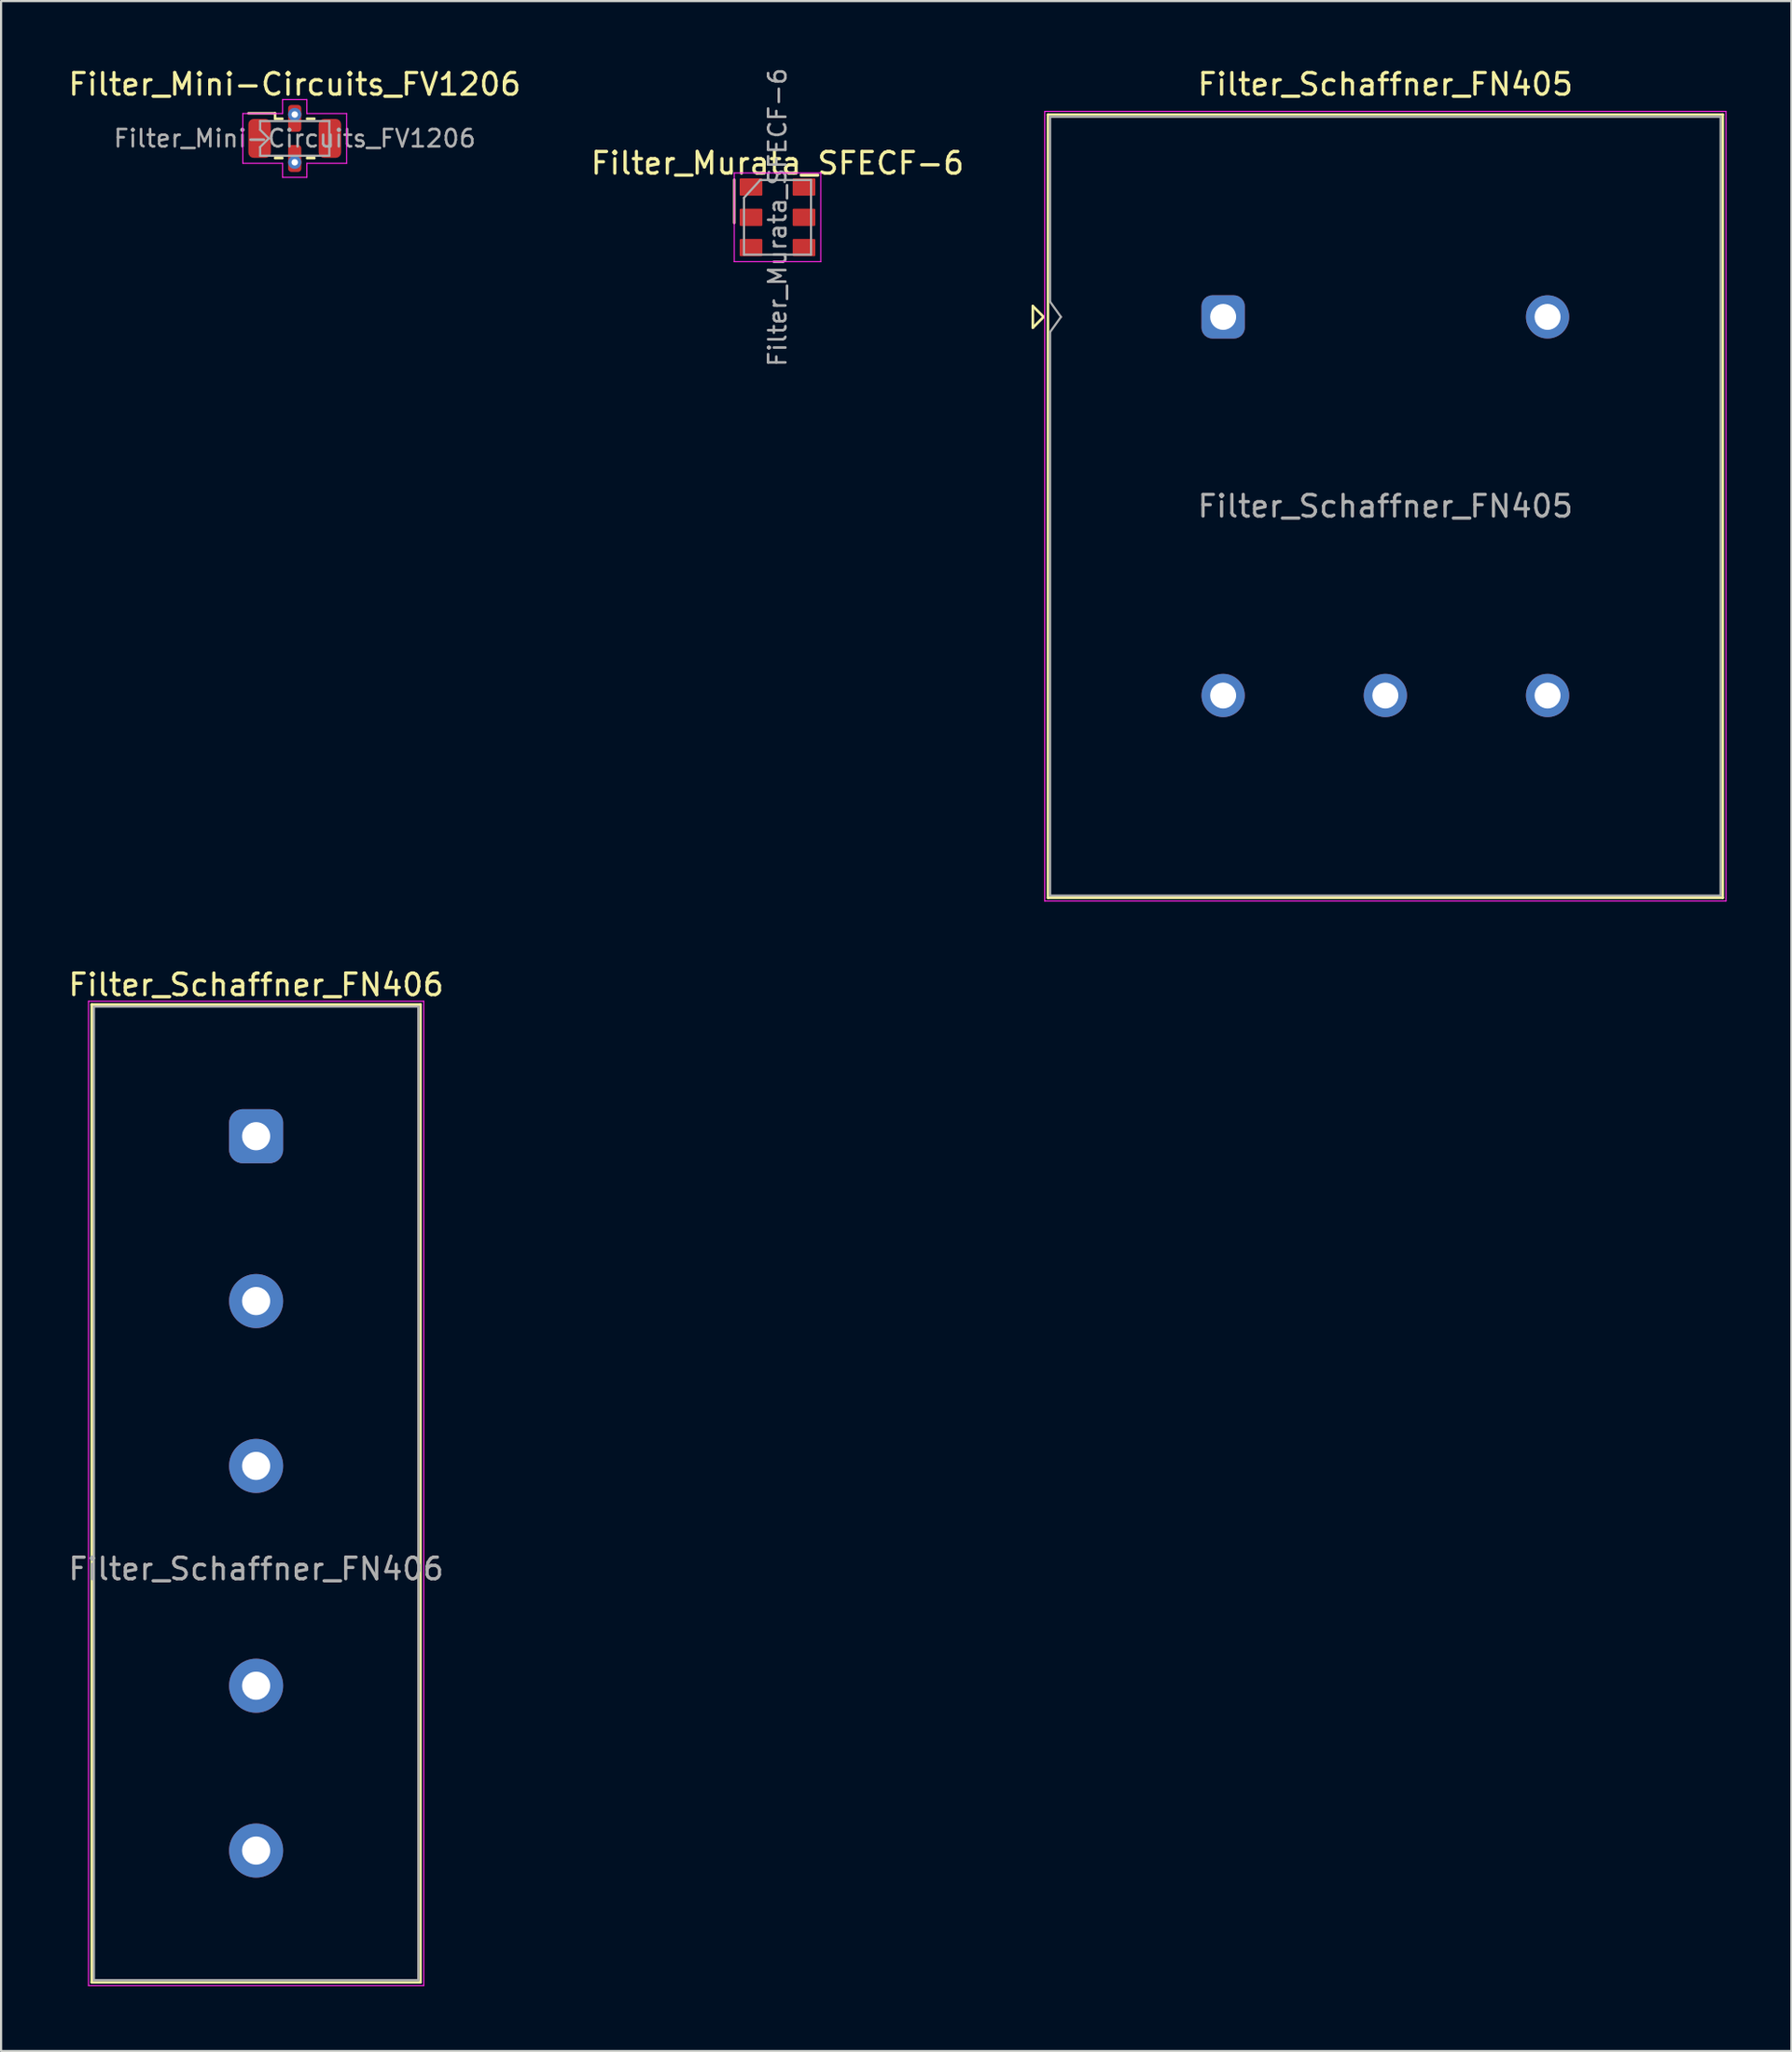
<source format=kicad_pcb>
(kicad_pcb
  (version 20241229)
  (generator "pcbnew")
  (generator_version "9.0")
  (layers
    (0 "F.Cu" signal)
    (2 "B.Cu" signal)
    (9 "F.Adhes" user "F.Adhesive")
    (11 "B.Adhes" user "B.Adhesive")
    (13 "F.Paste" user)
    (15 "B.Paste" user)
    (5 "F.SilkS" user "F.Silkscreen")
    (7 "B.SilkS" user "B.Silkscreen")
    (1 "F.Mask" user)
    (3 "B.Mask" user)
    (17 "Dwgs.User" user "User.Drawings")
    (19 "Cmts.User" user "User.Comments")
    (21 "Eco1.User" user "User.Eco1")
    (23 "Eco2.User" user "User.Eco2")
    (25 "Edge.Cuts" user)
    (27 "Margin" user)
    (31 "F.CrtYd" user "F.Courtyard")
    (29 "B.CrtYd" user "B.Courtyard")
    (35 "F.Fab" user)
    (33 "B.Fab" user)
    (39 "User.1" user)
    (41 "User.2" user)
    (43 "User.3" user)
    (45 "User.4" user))
  (footprint "Filter_Mini-Circuits_FV1206"
    (layer "F.Cu")
    (at 10.577 3.348)
    (property "Reference" "Filter_Mini-Circuits_FV1206" (at 0 -2.5 0) (layer "F.SilkS") (effects (font (size 1 1) (thickness 0.15))))
    (attr smd)
    (fp_line (start -0.91 -1.16) (end -2.14 -1.16) (stroke (width 0.12) (type solid)) (layer "F.SilkS"))
    (fp_line (start -0.91 -0.91) (end -0.91 -1.16) (stroke (width 0.12) (type solid)) (layer "F.SilkS"))
    (fp_line (start -0.91 -0.91) (end -0.57 -0.91) (stroke (width 0.12) (type solid)) (layer "F.SilkS"))
    (fp_line (start -0.91 0.91) (end -0.57 0.91) (stroke (width 0.12) (type solid)) (layer "F.SilkS"))
    (fp_line (start 0.57 -0.91) (end 0.91 -0.91) (stroke (width 0.12) (type solid)) (layer "F.SilkS"))
    (fp_line (start 0.57 0.91) (end 0.91 0.91) (stroke (width 0.12) (type solid)) (layer "F.SilkS"))
    (fp_line (start -2.4 -1.15) (end -2.4 1.15) (stroke (width 0.05) (type solid)) (layer "F.CrtYd"))
    (fp_line (start -2.4 1.15) (end -0.56 1.15) (stroke (width 0.05) (type solid)) (layer "F.CrtYd"))
    (fp_line (start -0.56 -1.15) (end -2.4 -1.15) (stroke (width 0.05) (type solid)) (layer "F.CrtYd"))
    (fp_line (start -0.56 -1.15) (end -0.56 -1.8) (stroke (width 0.05) (type solid)) (layer "F.CrtYd"))
    (fp_line (start -0.56 1.8) (end -0.56 1.15) (stroke (width 0.05) (type solid)) (layer "F.CrtYd"))
    (fp_line (start 0.56 -1.8) (end -0.56 -1.8) (stroke (width 0.05) (type solid)) (layer "F.CrtYd"))
    (fp_line (start 0.56 -1.15) (end 0.56 -1.8) (stroke (width 0.05) (type solid)) (layer "F.CrtYd"))
    (fp_line (start 0.56 -1.15) (end 2.4 -1.15) (stroke (width 0.05) (type solid)) (layer "F.CrtYd"))
    (fp_line (start 0.56 1.8) (end -0.56 1.8) (stroke (width 0.05) (type solid)) (layer "F.CrtYd"))
    (fp_line (start 0.56 1.8) (end 0.56 1.15) (stroke (width 0.05) (type solid)) (layer "F.CrtYd"))
    (fp_line (start 2.4 -1.15) (end 2.4 1.15) (stroke (width 0.05) (type solid)) (layer "F.CrtYd"))
    (fp_line (start 2.4 1.15) (end 0.56 1.15) (stroke (width 0.05) (type solid)) (layer "F.CrtYd"))
    (fp_line (start -1.6 -0.8) (end -1.6 -0.4) (stroke (width 0.1) (type solid)) (layer "F.Fab"))
    (fp_line (start -1.6 -0.8) (end 1.6 -0.8) (stroke (width 0.1) (type solid)) (layer "F.Fab"))
    (fp_line (start -1.6 0.8) (end -1.6 0.4) (stroke (width 0.1) (type solid)) (layer "F.Fab"))
    (fp_line (start -1.2 0) (end -1.6 -0.4) (stroke (width 0.1) (type solid)) (layer "F.Fab"))
    (fp_line (start -1.2 0) (end -1.6 0.4) (stroke (width 0.1) (type solid)) (layer "F.Fab"))
    (fp_line (start 1.6 -0.8) (end 1.6 0.8) (stroke (width 0.1) (type solid)) (layer "F.Fab"))
    (fp_line (start 1.6 0.8) (end -1.6 0.8) (stroke (width 0.1) (type solid)) (layer "F.Fab"))
    (fp_text user "${REFERENCE}" (at 0 0 0) (layer "F.Fab") (effects (font (size 0.8 0.8) (thickness 0.12))))
    (pad "1" smd roundrect (at -1.625 0) (size 1.04 1.8) (layers "F.Cu" "F.Mask" "F.Paste") (roundrect_rratio 0.24))
    (pad "2" smd roundrect (at 0 0.927) (size 0.61 1.245) (layers "F.Cu" "F.Mask" "F.Paste") (roundrect_rratio 0.25))
    (pad "2" thru_hole circle (at 0 1.105) (size 0.61 0.61) (drill 0.3) (layers "*.Cu" "*.Mask"))
    (pad "3" smd roundrect (at 1.625 0) (size 1.04 1.8) (layers "F.Cu" "F.Mask" "F.Paste") (roundrect_rratio 0.24))
    (pad "4" thru_hole circle (at 0 -1.105) (size 0.61 0.61) (drill 0.3) (layers "*.Cu" "*.Mask"))
    (pad "4" smd roundrect (at 0 -0.927) (size 0.61 1.245) (layers "F.Cu" "F.Mask" "F.Paste") (roundrect_rratio 0.25)))
  (footprint "Filter_Schaffner_FN406"
    (layer "F.Cu")
    (at 8.792 49.471)
    (property "Reference" "Filter_Schaffner_FN406" (at 0 -7 0) (layer "F.SilkS") (effects (font (size 1 1) (thickness 0.15))))
    (attr through_hole)
    (fp_line (start -7.6 -6.09) (end -7.6 39.11) (stroke (width 0.12) (type solid)) (layer "F.SilkS"))
    (fp_line (start -7.6 -6.09) (end 7.6 -6.09) (stroke (width 0.12) (type solid)) (layer "F.SilkS"))
    (fp_line (start -7.6 39.11) (end 7.6 39.11) (stroke (width 0.12) (type solid)) (layer "F.SilkS"))
    (fp_line (start 7.6 39.11) (end 7.6 -6.09) (stroke (width 0.12) (type solid)) (layer "F.SilkS"))
    (fp_line (start -7.75 -6.24) (end -7.75 39.26) (stroke (width 0.05) (type solid)) (layer "F.CrtYd"))
    (fp_line (start -7.75 -6.24) (end 7.75 -6.24) (stroke (width 0.05) (type solid)) (layer "F.CrtYd"))
    (fp_line (start -7.75 39.26) (end 7.75 39.26) (stroke (width 0.05) (type solid)) (layer "F.CrtYd"))
    (fp_line (start 7.75 -6.24) (end 7.75 39.26) (stroke (width 0.05) (type solid)) (layer "F.CrtYd"))
    (fp_line (start -7.5 -5.99) (end -7.5 39.01) (stroke (width 0.1) (type solid)) (layer "F.Fab"))
    (fp_line (start -7.5 -5.99) (end 7.5 -5.99) (stroke (width 0.1) (type solid)) (layer "F.Fab"))
    (fp_line (start -7.5 39.01) (end 7.5 39.01) (stroke (width 0.1) (type solid)) (layer "F.Fab"))
    (fp_line (start 7.5 -5.99) (end 7.5 39.01) (stroke (width 0.1) (type solid)) (layer "F.Fab"))
    (fp_text user "${REFERENCE}" (at 0 20 0) (layer "F.Fab") (effects (font (size 1 1) (thickness 0.15))))
    (pad "1" thru_hole roundrect (at 0 0) (size 2.5 2.5) (drill 1.3) (layers "*.Cu" "*.Mask") (roundrect_rratio 0.25))
    (pad "2" thru_hole circle (at 0 7.62) (size 2.5 2.5) (drill 1.3) (layers "*.Cu" "*.Mask"))
    (pad "3" thru_hole circle (at 0 15.24) (size 2.5 2.5) (drill 1.3) (layers "*.Cu" "*.Mask"))
    (pad "4" thru_hole circle (at 0 25.4) (size 2.5 2.5) (drill 1.3) (layers "*.Cu" "*.Mask"))
    (pad "5" thru_hole circle (at 0 33.02) (size 2.5 2.5) (drill 1.3) (layers "*.Cu" "*.Mask")))
  (footprint "Filter_Murata_SFECF-6"
    (layer "F.Cu")
    (at 32.899 6.995)
    (property "Reference" "Filter_Murata_SFECF-6" (at 0 -2.5 0) (layer "F.SilkS") (effects (font (size 1 1) (thickness 0.15))))
    (attr smd)
    (fp_line (start -2 0.26) (end -2 -1.74) (stroke (width 0.12) (type solid)) (layer "F.SilkS"))
    (fp_line (start -2 -2.05) (end -2 2.05) (stroke (width 0.05) (type solid)) (layer "F.CrtYd"))
    (fp_line (start -2 2.05) (end 2 2.05) (stroke (width 0.05) (type solid)) (layer "F.CrtYd"))
    (fp_line (start 2 -2.05) (end -2 -2.05) (stroke (width 0.05) (type solid)) (layer "F.CrtYd"))
    (fp_line (start 2 -2.05) (end 2 2.05) (stroke (width 0.05) (type solid)) (layer "F.CrtYd"))
    (fp_line (start -1.55 -0.9) (end -1.55 1.725) (stroke (width 0.1) (type solid)) (layer "F.Fab"))
    (fp_line (start -1.55 1.725) (end 1.55 1.725) (stroke (width 0.1) (type solid)) (layer "F.Fab"))
    (fp_line (start -0.8 -1.725) (end -1.55 -0.9) (stroke (width 0.1) (type solid)) (layer "F.Fab"))
    (fp_line (start 1.55 -1.725) (end -0.8 -1.725) (stroke (width 0.1) (type solid)) (layer "F.Fab"))
    (fp_line (start 1.55 -1.725) (end 1.55 1.725) (stroke (width 0.1) (type solid)) (layer "F.Fab"))
    (fp_text user "${REFERENCE}" (at 0 0 90) (layer "F.Fab") (effects (font (size 0.8 0.8) (thickness 0.12))))
    (pad "1" smd roundrect (at -1.225 -1.4) (size 1.05 0.8) (layers "F.Cu" "F.Mask" "F.Paste") (roundrect_rratio 0.062))
    (pad "2" smd roundrect (at -1.225 0) (size 1.05 0.8) (layers "F.Cu" "F.Mask" "F.Paste") (roundrect_rratio 0.062))
    (pad "3" smd roundrect (at -1.225 1.4) (size 1.05 0.8) (layers "F.Cu" "F.Mask" "F.Paste") (roundrect_rratio 0.062))
    (pad "4" smd roundrect (at 1.225 1.4) (size 1.05 0.8) (layers "F.Cu" "F.Mask" "F.Paste") (roundrect_rratio 0.062))
    (pad "5" smd roundrect (at 1.225 0) (size 1.05 0.8) (layers "F.Cu" "F.Mask" "F.Paste") (roundrect_rratio 0.062))
    (pad "6" smd roundrect (at 1.225 -1.4) (size 1.05 0.8) (layers "F.Cu" "F.Mask" "F.Paste") (roundrect_rratio 0.062)))
  (footprint "Filter_Schaffner_FN405"
    (layer "F.Cu")
    (at 53.503 11.598)
    (property "Reference" "Filter_Schaffner_FN405" (at 7.5 -10.75 0) (layer "F.SilkS") (effects (font (size 1 1) (thickness 0.15))))
    (attr through_hole)
    (fp_line (start -8.8 -0.5) (end -8.3 0) (stroke (width 0.12) (type solid)) (layer "F.SilkS"))
    (fp_line (start -8.8 0.5) (end -8.8 -0.5) (stroke (width 0.12) (type solid)) (layer "F.SilkS"))
    (fp_line (start -8.3 0) (end -8.8 0.5) (stroke (width 0.12) (type solid)) (layer "F.SilkS"))
    (fp_line (start -8.1 -9.35) (end 23.1 -9.35) (stroke (width 0.12) (type solid)) (layer "F.SilkS"))
    (fp_line (start -8.1 26.85) (end -8.1 -9.35) (stroke (width 0.12) (type solid)) (layer "F.SilkS"))
    (fp_line (start 23.1 -9.35) (end 23.1 26.85) (stroke (width 0.12) (type solid)) (layer "F.SilkS"))
    (fp_line (start 23.1 26.85) (end -8.1 26.85) (stroke (width 0.12) (type solid)) (layer "F.SilkS"))
    (fp_line (start -8.25 -9.5) (end 23.25 -9.5) (stroke (width 0.05) (type solid)) (layer "F.CrtYd"))
    (fp_line (start -8.25 27) (end -8.25 -9.5) (stroke (width 0.05) (type solid)) (layer "F.CrtYd"))
    (fp_line (start 23.25 -9.5) (end 23.25 27) (stroke (width 0.05) (type solid)) (layer "F.CrtYd"))
    (fp_line (start 23.25 27) (end -8.25 27) (stroke (width 0.05) (type solid)) (layer "F.CrtYd"))
    (fp_line (start -8 -9.25) (end 23 -9.25) (stroke (width 0.1) (type solid)) (layer "F.Fab"))
    (fp_line (start -8 -0.7) (end -8 -9.25) (stroke (width 0.1) (type solid)) (layer "F.Fab"))
    (fp_line (start -8 0.7) (end -7.5 0) (stroke (width 0.1) (type solid)) (layer "F.Fab"))
    (fp_line (start -8 26.75) (end -8 0.7) (stroke (width 0.1) (type solid)) (layer "F.Fab"))
    (fp_line (start -7.5 0) (end -8 -0.7) (stroke (width 0.1) (type solid)) (layer "F.Fab"))
    (fp_line (start 23 -9.25) (end 23 26.75) (stroke (width 0.1) (type solid)) (layer "F.Fab"))
    (fp_line (start 23 26.75) (end -8 26.75) (stroke (width 0.1) (type solid)) (layer "F.Fab"))
    (fp_text user "${REFERENCE}" (at 7.5 8.75 0) (layer "F.Fab") (effects (font (size 1 1) (thickness 0.15))))
    (pad "1" thru_hole roundrect (at 0 0) (size 2 2) (drill 1.2) (layers "*.Cu" "*.Mask") (roundrect_rratio 0.25))
    (pad "2" thru_hole circle (at 0 17.5) (size 2 2) (drill 1.2) (layers "*.Cu" "*.Mask"))
    (pad "3" thru_hole circle (at 7.5 17.5) (size 2 2) (drill 1.2) (layers "*.Cu" "*.Mask"))
    (pad "4" thru_hole circle (at 15 17.5) (size 2 2) (drill 1.2) (layers "*.Cu" "*.Mask"))
    (pad "5" thru_hole circle (at 15 0) (size 2 2) (drill 1.2) (layers "*.Cu" "*.Mask")))
  (gr_rect
    (start -3 -3)
    (end 79.778 91.757)
    (stroke (width 0.1) (type default))
    (fill no)
    (layer "Edge.Cuts")))
</source>
